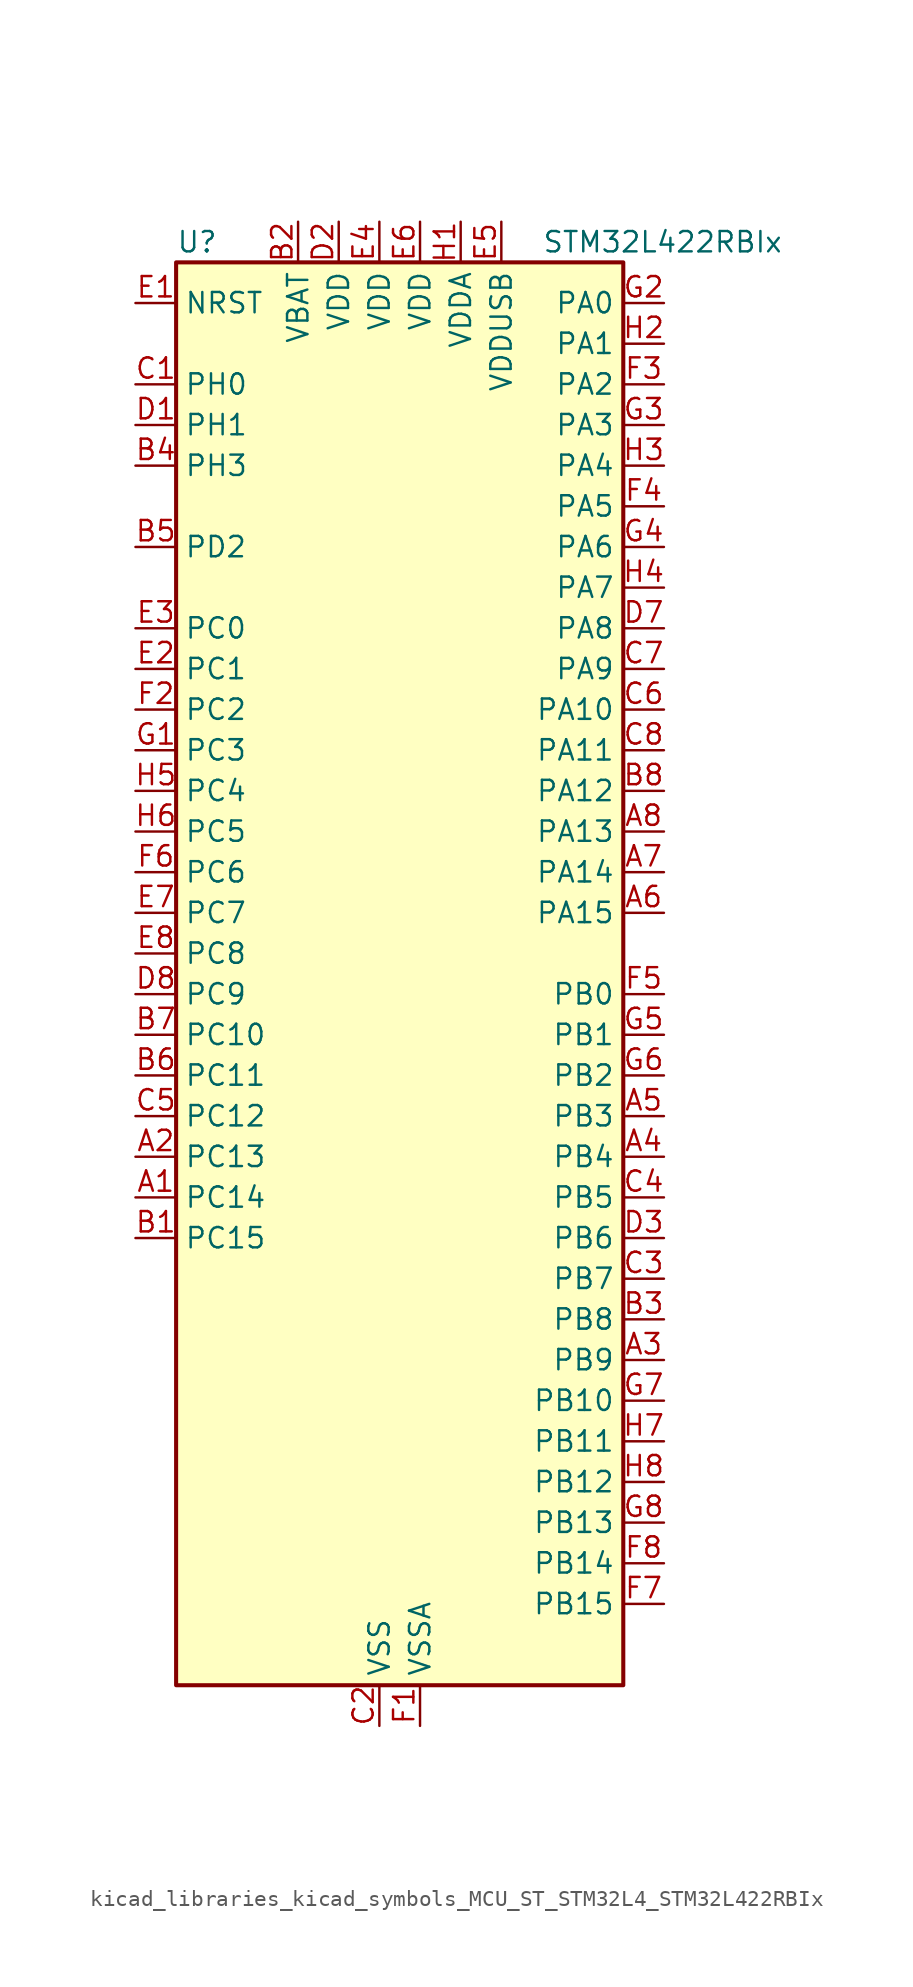
<source format=kicad_sym>
(kicad_symbol_lib
  (version 20220914)
  (generator kicad_symbol_editor)
  (symbol "kicad_libraries_kicad_symbols_MCU_ST_STM32L4_STM32L422RBIx"
    (property "Reference" "U"
      (at -12.7 46.99 0)
      (effects (font (size 1.27 1.27)) (justify left)))
    (property "Value" "STM32L422RBIx"
      (at 10.16 46.99 0)
      (effects (font (size 1.27 1.27)) (justify left)))
    (property "ki_locked" ""
      (at 0 0 0)
      (effects (font (size 1.27 1.27))))
    (symbol "kicad_libraries_kicad_symbols_MCU_ST_STM32L4_STM32L422RBIx_0_1"
      (rectangle (start -12.7 -43.18) (end 15.24 45.72) (stroke (width 0.254) (type default)) (fill (type background))))
    (symbol "kicad_libraries_kicad_symbols_MCU_ST_STM32L4_STM32L422RBIx_1_1"
      (pin bidirectional line (at -15.24 -12.7 0) (length 2.54) (name "PC14" (effects (font (size 1.27 1.27)))) (number "A1" (effects (font (size 1.27 1.27)))) (alternate "RCC_OSC32_IN" bidirectional line))
      (pin bidirectional line (at -15.24 -10.16 0) (length 2.54) (name "PC13" (effects (font (size 1.27 1.27)))) (number "A2" (effects (font (size 1.27 1.27)))) (alternate "RTC_OUT_ALARM" bidirectional line) (alternate "RTC_OUT_CALIB" bidirectional line) (alternate "RTC_TAMP1" bidirectional line) (alternate "RTC_TS" bidirectional line) (alternate "SYS_WKUP2" bidirectional line))
      (pin bidirectional line (at 17.78 -22.86 180) (length 2.54) (name "PB9" (effects (font (size 1.27 1.27)))) (number "A3" (effects (font (size 1.27 1.27)))) (alternate "I2C1_SDA" bidirectional line) (alternate "IR_OUT" bidirectional line) (alternate "SPI2_NSS" bidirectional line))
      (pin bidirectional line (at 17.78 -10.16 180) (length 2.54) (name "PB4" (effects (font (size 1.27 1.27)))) (number "A4" (effects (font (size 1.27 1.27)))) (alternate "I2C3_SDA" bidirectional line) (alternate "SPI1_MISO" bidirectional line) (alternate "SYS_JTRST" bidirectional line) (alternate "TSC_G2_IO1" bidirectional line) (alternate "USART1_CTS" bidirectional line))
      (pin bidirectional line (at 17.78 -7.62 180) (length 2.54) (name "PB3" (effects (font (size 1.27 1.27)))) (number "A5" (effects (font (size 1.27 1.27)))) (alternate "SPI1_SCK" bidirectional line) (alternate "SYS_JTDO-SWO" bidirectional line) (alternate "TIM2_CH2" bidirectional line) (alternate "USART1_DE" bidirectional line) (alternate "USART1_RTS" bidirectional line))
      (pin bidirectional line (at 17.78 5.08 180) (length 2.54) (name "PA15" (effects (font (size 1.27 1.27)))) (number "A6" (effects (font (size 1.27 1.27)))) (alternate "ADC1_EXTI15" bidirectional line) (alternate "ADC2_EXTI15" bidirectional line) (alternate "SPI1_NSS" bidirectional line) (alternate "SYS_JTDI" bidirectional line) (alternate "TIM2_CH1" bidirectional line) (alternate "TIM2_ETR" bidirectional line) (alternate "TSC_G3_IO1" bidirectional line) (alternate "USART2_RX" bidirectional line) (alternate "USART3_DE" bidirectional line) (alternate "USART3_RTS" bidirectional line))
      (pin bidirectional line (at 17.78 7.62 180) (length 2.54) (name "PA14" (effects (font (size 1.27 1.27)))) (number "A7" (effects (font (size 1.27 1.27)))) (alternate "I2C1_SMBA" bidirectional line) (alternate "LPTIM1_OUT" bidirectional line) (alternate "SYS_JTCK-SWCLK" bidirectional line))
      (pin bidirectional line (at 17.78 10.16 180) (length 2.54) (name "PA13" (effects (font (size 1.27 1.27)))) (number "A8" (effects (font (size 1.27 1.27)))) (alternate "IR_OUT" bidirectional line) (alternate "SYS_JTMS-SWDIO" bidirectional line) (alternate "USB_NOE" bidirectional line))
      (pin bidirectional line (at -15.24 -15.24 0) (length 2.54) (name "PC15" (effects (font (size 1.27 1.27)))) (number "B1" (effects (font (size 1.27 1.27)))) (alternate "ADC1_EXTI15" bidirectional line) (alternate "ADC2_EXTI15" bidirectional line) (alternate "RCC_OSC32_OUT" bidirectional line))
      (pin power_in line (at -5.08 48.26 270) (length 2.54) (name "VBAT" (effects (font (size 1.27 1.27)))) (number "B2" (effects (font (size 1.27 1.27)))))
      (pin bidirectional line (at 17.78 -20.32 180) (length 2.54) (name "PB8" (effects (font (size 1.27 1.27)))) (number "B3" (effects (font (size 1.27 1.27)))) (alternate "I2C1_SCL" bidirectional line) (alternate "TIM16_CH1" bidirectional line))
      (pin bidirectional line (at -15.24 33.02 0) (length 2.54) (name "PH3" (effects (font (size 1.27 1.27)))) (number "B4" (effects (font (size 1.27 1.27)))))
      (pin bidirectional line (at -15.24 27.94 0) (length 2.54) (name "PD2" (effects (font (size 1.27 1.27)))) (number "B5" (effects (font (size 1.27 1.27)))) (alternate "SYS_TRACED2" bidirectional line) (alternate "TSC_SYNC" bidirectional line) (alternate "USART3_DE" bidirectional line) (alternate "USART3_RTS" bidirectional line))
      (pin bidirectional line (at -15.24 -5.08 0) (length 2.54) (name "PC11" (effects (font (size 1.27 1.27)))) (number "B6" (effects (font (size 1.27 1.27)))) (alternate "ADC1_EXTI11" bidirectional line) (alternate "ADC2_EXTI11" bidirectional line) (alternate "TSC_G3_IO3" bidirectional line) (alternate "USART3_RX" bidirectional line))
      (pin bidirectional line (at -15.24 -2.54 0) (length 2.54) (name "PC10" (effects (font (size 1.27 1.27)))) (number "B7" (effects (font (size 1.27 1.27)))) (alternate "SYS_TRACED1" bidirectional line) (alternate "TSC_G3_IO2" bidirectional line) (alternate "USART3_TX" bidirectional line))
      (pin bidirectional line (at 17.78 12.7 180) (length 2.54) (name "PA12" (effects (font (size 1.27 1.27)))) (number "B8" (effects (font (size 1.27 1.27)))) (alternate "SPI1_MOSI" bidirectional line) (alternate "TIM1_ETR" bidirectional line) (alternate "USART1_DE" bidirectional line) (alternate "USART1_RTS" bidirectional line) (alternate "USB_DP" bidirectional line))
      (pin bidirectional line (at -15.24 38.1 0) (length 2.54) (name "PH0" (effects (font (size 1.27 1.27)))) (number "C1" (effects (font (size 1.27 1.27)))) (alternate "RCC_OSC_IN" bidirectional line))
      (pin power_in line (at 0 -45.72 90) (length 2.54) (name "VSS" (effects (font (size 1.27 1.27)))) (number "C2" (effects (font (size 1.27 1.27)))))
      (pin bidirectional line (at 17.78 -17.78 180) (length 2.54) (name "PB7" (effects (font (size 1.27 1.27)))) (number "C3" (effects (font (size 1.27 1.27)))) (alternate "I2C1_SDA" bidirectional line) (alternate "LPTIM1_IN2" bidirectional line) (alternate "SYS_PVD_IN" bidirectional line) (alternate "SYS_TRACECLK" bidirectional line) (alternate "TSC_G2_IO4" bidirectional line) (alternate "USART1_RX" bidirectional line))
      (pin bidirectional line (at 17.78 -12.7 180) (length 2.54) (name "PB5" (effects (font (size 1.27 1.27)))) (number "C4" (effects (font (size 1.27 1.27)))) (alternate "I2C1_SMBA" bidirectional line) (alternate "LPTIM1_IN1" bidirectional line) (alternate "SPI1_MOSI" bidirectional line) (alternate "SYS_TRACED2" bidirectional line) (alternate "TIM16_BKIN" bidirectional line) (alternate "TSC_G2_IO2" bidirectional line) (alternate "USART1_CK" bidirectional line))
      (pin bidirectional line (at -15.24 -7.62 0) (length 2.54) (name "PC12" (effects (font (size 1.27 1.27)))) (number "C5" (effects (font (size 1.27 1.27)))) (alternate "SYS_TRACED3" bidirectional line) (alternate "TSC_G3_IO4" bidirectional line) (alternate "USART3_CK" bidirectional line))
      (pin bidirectional line (at 17.78 17.78 180) (length 2.54) (name "PA10" (effects (font (size 1.27 1.27)))) (number "C6" (effects (font (size 1.27 1.27)))) (alternate "CRS_SYNC" bidirectional line) (alternate "I2C1_SDA" bidirectional line) (alternate "TIM1_CH3" bidirectional line) (alternate "USART1_RX" bidirectional line))
      (pin bidirectional line (at 17.78 20.32 180) (length 2.54) (name "PA9" (effects (font (size 1.27 1.27)))) (number "C7" (effects (font (size 1.27 1.27)))) (alternate "I2C1_SCL" bidirectional line) (alternate "TIM15_BKIN" bidirectional line) (alternate "TIM1_CH2" bidirectional line) (alternate "USART1_TX" bidirectional line))
      (pin bidirectional line (at 17.78 15.24 180) (length 2.54) (name "PA11" (effects (font (size 1.27 1.27)))) (number "C8" (effects (font (size 1.27 1.27)))) (alternate "ADC1_EXTI11" bidirectional line) (alternate "ADC2_EXTI11" bidirectional line) (alternate "COMP1_OUT" bidirectional line) (alternate "SPI1_MISO" bidirectional line) (alternate "TIM1_BKIN2" bidirectional line) (alternate "TIM1_BKIN2_COMP1" bidirectional line) (alternate "TIM1_CH4" bidirectional line) (alternate "USART1_CTS" bidirectional line) (alternate "USB_DM" bidirectional line))
      (pin bidirectional line (at -15.24 35.56 0) (length 2.54) (name "PH1" (effects (font (size 1.27 1.27)))) (number "D1" (effects (font (size 1.27 1.27)))) (alternate "RCC_OSC_OUT" bidirectional line))
      (pin power_in line (at -2.54 48.26 270) (length 2.54) (name "VDD" (effects (font (size 1.27 1.27)))) (number "D2" (effects (font (size 1.27 1.27)))))
      (pin bidirectional line (at 17.78 -15.24 180) (length 2.54) (name "PB6" (effects (font (size 1.27 1.27)))) (number "D3" (effects (font (size 1.27 1.27)))) (alternate "I2C1_SCL" bidirectional line) (alternate "LPTIM1_ETR" bidirectional line) (alternate "SYS_TRACED3" bidirectional line) (alternate "TIM16_CH1N" bidirectional line) (alternate "TSC_G2_IO3" bidirectional line) (alternate "USART1_TX" bidirectional line))
      (pin passive line (at 0 -45.72 90) (length 2.54) hide (name "VSS" (effects (font (size 1.27 1.27)))) (number "D4" (effects (font (size 1.27 1.27)))))
      (pin passive line (at 0 -45.72 90) (length 2.54) hide (name "VSS" (effects (font (size 1.27 1.27)))) (number "D5" (effects (font (size 1.27 1.27)))))
      (pin passive line (at 0 -45.72 90) (length 2.54) hide (name "VSS" (effects (font (size 1.27 1.27)))) (number "D6" (effects (font (size 1.27 1.27)))))
      (pin bidirectional line (at 17.78 22.86 180) (length 2.54) (name "PA8" (effects (font (size 1.27 1.27)))) (number "D7" (effects (font (size 1.27 1.27)))) (alternate "LPTIM2_OUT" bidirectional line) (alternate "RCC_MCO" bidirectional line) (alternate "TIM1_CH1" bidirectional line) (alternate "USART1_CK" bidirectional line))
      (pin bidirectional line (at -15.24 0 0) (length 2.54) (name "PC9" (effects (font (size 1.27 1.27)))) (number "D8" (effects (font (size 1.27 1.27)))) (alternate "TSC_G4_IO4" bidirectional line) (alternate "USB_NOE" bidirectional line))
      (pin input line (at -15.24 43.18 0) (length 2.54) (name "NRST" (effects (font (size 1.27 1.27)))) (number "E1" (effects (font (size 1.27 1.27)))))
      (pin bidirectional line (at -15.24 20.32 0) (length 2.54) (name "PC1" (effects (font (size 1.27 1.27)))) (number "E2" (effects (font (size 1.27 1.27)))) (alternate "ADC1_IN2" bidirectional line) (alternate "ADC2_IN2" bidirectional line) (alternate "I2C3_SDA" bidirectional line) (alternate "LPTIM1_OUT" bidirectional line) (alternate "LPUART1_TX" bidirectional line) (alternate "SYS_TRACED0" bidirectional line))
      (pin bidirectional line (at -15.24 22.86 0) (length 2.54) (name "PC0" (effects (font (size 1.27 1.27)))) (number "E3" (effects (font (size 1.27 1.27)))) (alternate "ADC1_IN1" bidirectional line) (alternate "ADC2_IN1" bidirectional line) (alternate "I2C3_SCL" bidirectional line) (alternate "LPTIM1_IN1" bidirectional line) (alternate "LPTIM2_IN1" bidirectional line) (alternate "LPUART1_RX" bidirectional line) (alternate "SYS_TRACECLK" bidirectional line))
      (pin power_in line (at 0 48.26 270) (length 2.54) (name "VDD" (effects (font (size 1.27 1.27)))) (number "E4" (effects (font (size 1.27 1.27)))))
      (pin power_in line (at 7.62 48.26 270) (length 2.54) (name "VDDUSB" (effects (font (size 1.27 1.27)))) (number "E5" (effects (font (size 1.27 1.27)))))
      (pin power_in line (at 2.54 48.26 270) (length 2.54) (name "VDD" (effects (font (size 1.27 1.27)))) (number "E6" (effects (font (size 1.27 1.27)))))
      (pin bidirectional line (at -15.24 5.08 0) (length 2.54) (name "PC7" (effects (font (size 1.27 1.27)))) (number "E7" (effects (font (size 1.27 1.27)))) (alternate "TSC_G4_IO2" bidirectional line))
      (pin bidirectional line (at -15.24 2.54 0) (length 2.54) (name "PC8" (effects (font (size 1.27 1.27)))) (number "E8" (effects (font (size 1.27 1.27)))) (alternate "TSC_G4_IO3" bidirectional line))
      (pin power_in line (at 2.54 -45.72 90) (length 2.54) (name "VSSA" (effects (font (size 1.27 1.27)))) (number "F1" (effects (font (size 1.27 1.27)))))
      (pin bidirectional line (at -15.24 17.78 0) (length 2.54) (name "PC2" (effects (font (size 1.27 1.27)))) (number "F2" (effects (font (size 1.27 1.27)))) (alternate "ADC1_IN3" bidirectional line) (alternate "ADC2_IN3" bidirectional line) (alternate "LPTIM1_IN2" bidirectional line) (alternate "SPI2_MISO" bidirectional line))
      (pin bidirectional line (at 17.78 38.1 180) (length 2.54) (name "PA2" (effects (font (size 1.27 1.27)))) (number "F3" (effects (font (size 1.27 1.27)))) (alternate "ADC1_IN7" bidirectional line) (alternate "ADC2_IN7" bidirectional line) (alternate "LPUART1_TX" bidirectional line) (alternate "QUADSPI_BK1_NCS" bidirectional line) (alternate "RCC_LSCO" bidirectional line) (alternate "SYS_WKUP4" bidirectional line) (alternate "TIM15_CH1" bidirectional line) (alternate "TIM2_CH3" bidirectional line) (alternate "USART2_TX" bidirectional line))
      (pin bidirectional line (at 17.78 30.48 180) (length 2.54) (name "PA5" (effects (font (size 1.27 1.27)))) (number "F4" (effects (font (size 1.27 1.27)))) (alternate "ADC1_IN10" bidirectional line) (alternate "ADC2_IN10" bidirectional line) (alternate "COMP1_INM" bidirectional line) (alternate "LPTIM2_ETR" bidirectional line) (alternate "SPI1_SCK" bidirectional line) (alternate "TIM2_CH1" bidirectional line) (alternate "TIM2_ETR" bidirectional line))
      (pin bidirectional line (at 17.78 0 180) (length 2.54) (name "PB0" (effects (font (size 1.27 1.27)))) (number "F5" (effects (font (size 1.27 1.27)))) (alternate "ADC1_IN15" bidirectional line) (alternate "ADC2_IN15" bidirectional line) (alternate "COMP1_OUT" bidirectional line) (alternate "QUADSPI_BK1_IO1" bidirectional line) (alternate "SPI1_NSS" bidirectional line) (alternate "SYS_TRACED0" bidirectional line) (alternate "TIM1_CH2N" bidirectional line) (alternate "USART3_CK" bidirectional line))
      (pin bidirectional line (at -15.24 7.62 0) (length 2.54) (name "PC6" (effects (font (size 1.27 1.27)))) (number "F6" (effects (font (size 1.27 1.27)))) (alternate "TSC_G4_IO1" bidirectional line))
      (pin bidirectional line (at 17.78 -38.1 180) (length 2.54) (name "PB15" (effects (font (size 1.27 1.27)))) (number "F7" (effects (font (size 1.27 1.27)))) (alternate "ADC1_EXTI15" bidirectional line) (alternate "ADC2_EXTI15" bidirectional line) (alternate "RTC_REFIN" bidirectional line) (alternate "SPI2_MOSI" bidirectional line) (alternate "TIM15_CH2" bidirectional line) (alternate "TIM1_CH3N" bidirectional line) (alternate "TSC_G1_IO4" bidirectional line))
      (pin bidirectional line (at 17.78 -35.56 180) (length 2.54) (name "PB14" (effects (font (size 1.27 1.27)))) (number "F8" (effects (font (size 1.27 1.27)))) (alternate "I2C2_SDA" bidirectional line) (alternate "SPI2_MISO" bidirectional line) (alternate "TIM15_CH1" bidirectional line) (alternate "TIM1_CH2N" bidirectional line) (alternate "TSC_G1_IO3" bidirectional line) (alternate "USART3_DE" bidirectional line) (alternate "USART3_RTS" bidirectional line))
      (pin bidirectional line (at -15.24 15.24 0) (length 2.54) (name "PC3" (effects (font (size 1.27 1.27)))) (number "G1" (effects (font (size 1.27 1.27)))) (alternate "ADC1_IN4" bidirectional line) (alternate "ADC2_IN4" bidirectional line) (alternate "LPTIM1_ETR" bidirectional line) (alternate "LPTIM2_ETR" bidirectional line) (alternate "SPI2_MOSI" bidirectional line))
      (pin bidirectional line (at 17.78 43.18 180) (length 2.54) (name "PA0" (effects (font (size 1.27 1.27)))) (number "G2" (effects (font (size 1.27 1.27)))) (alternate "ADC1_IN5" bidirectional line) (alternate "COMP1_INM" bidirectional line) (alternate "COMP1_OUT" bidirectional line) (alternate "OPAMP1_VINP" bidirectional line) (alternate "RTC_TAMP2" bidirectional line) (alternate "SYS_WKUP1" bidirectional line) (alternate "TIM2_CH1" bidirectional line) (alternate "TIM2_ETR" bidirectional line) (alternate "USART2_CTS" bidirectional line))
      (pin bidirectional line (at 17.78 35.56 180) (length 2.54) (name "PA3" (effects (font (size 1.27 1.27)))) (number "G3" (effects (font (size 1.27 1.27)))) (alternate "ADC1_IN8" bidirectional line) (alternate "ADC2_IN8" bidirectional line) (alternate "LPUART1_RX" bidirectional line) (alternate "OPAMP1_VOUT" bidirectional line) (alternate "QUADSPI_CLK" bidirectional line) (alternate "TIM15_CH2" bidirectional line) (alternate "TIM2_CH4" bidirectional line) (alternate "USART2_RX" bidirectional line))
      (pin bidirectional line (at 17.78 27.94 180) (length 2.54) (name "PA6" (effects (font (size 1.27 1.27)))) (number "G4" (effects (font (size 1.27 1.27)))) (alternate "ADC1_IN11" bidirectional line) (alternate "ADC2_IN11" bidirectional line) (alternate "COMP1_OUT" bidirectional line) (alternate "LPUART1_CTS" bidirectional line) (alternate "QUADSPI_BK1_IO3" bidirectional line) (alternate "SPI1_MISO" bidirectional line) (alternate "TIM16_CH1" bidirectional line) (alternate "TIM1_BKIN" bidirectional line) (alternate "USART3_CTS" bidirectional line))
      (pin bidirectional line (at 17.78 -2.54 180) (length 2.54) (name "PB1" (effects (font (size 1.27 1.27)))) (number "G5" (effects (font (size 1.27 1.27)))) (alternate "ADC1_IN16" bidirectional line) (alternate "ADC2_IN16" bidirectional line) (alternate "COMP1_INM" bidirectional line) (alternate "LPTIM2_IN1" bidirectional line) (alternate "LPUART1_DE" bidirectional line) (alternate "LPUART1_RTS" bidirectional line) (alternate "QUADSPI_BK1_IO0" bidirectional line) (alternate "SYS_TRACED1" bidirectional line) (alternate "TIM1_CH3N" bidirectional line) (alternate "USART3_DE" bidirectional line) (alternate "USART3_RTS" bidirectional line))
      (pin bidirectional line (at 17.78 -5.08 180) (length 2.54) (name "PB2" (effects (font (size 1.27 1.27)))) (number "G6" (effects (font (size 1.27 1.27)))) (alternate "COMP1_INP" bidirectional line) (alternate "I2C3_SMBA" bidirectional line) (alternate "LPTIM1_OUT" bidirectional line) (alternate "RTC_OUT_ALARM" bidirectional line) (alternate "RTC_OUT_CALIB" bidirectional line))
      (pin bidirectional line (at 17.78 -25.4 180) (length 2.54) (name "PB10" (effects (font (size 1.27 1.27)))) (number "G7" (effects (font (size 1.27 1.27)))) (alternate "COMP1_OUT" bidirectional line) (alternate "I2C2_SCL" bidirectional line) (alternate "LPUART1_RX" bidirectional line) (alternate "QUADSPI_CLK" bidirectional line) (alternate "SPI2_SCK" bidirectional line) (alternate "TIM2_CH3" bidirectional line) (alternate "TSC_SYNC" bidirectional line) (alternate "USART3_TX" bidirectional line))
      (pin bidirectional line (at 17.78 -33.02 180) (length 2.54) (name "PB13" (effects (font (size 1.27 1.27)))) (number "G8" (effects (font (size 1.27 1.27)))) (alternate "I2C2_SCL" bidirectional line) (alternate "LPUART1_CTS" bidirectional line) (alternate "SPI2_SCK" bidirectional line) (alternate "TIM15_CH1N" bidirectional line) (alternate "TIM1_CH1N" bidirectional line) (alternate "TSC_G1_IO2" bidirectional line) (alternate "USART3_CTS" bidirectional line))
      (pin power_in line (at 5.08 48.26 270) (length 2.54) (name "VDDA" (effects (font (size 1.27 1.27)))) (number "H1" (effects (font (size 1.27 1.27)))))
      (pin bidirectional line (at 17.78 40.64 180) (length 2.54) (name "PA1" (effects (font (size 1.27 1.27)))) (number "H2" (effects (font (size 1.27 1.27)))) (alternate "ADC1_IN6" bidirectional line) (alternate "COMP1_INP" bidirectional line) (alternate "I2C1_SMBA" bidirectional line) (alternate "OPAMP1_VINM" bidirectional line) (alternate "SPI1_SCK" bidirectional line) (alternate "TIM15_CH1N" bidirectional line) (alternate "TIM2_CH2" bidirectional line) (alternate "USART2_DE" bidirectional line) (alternate "USART2_RTS" bidirectional line))
      (pin bidirectional line (at 17.78 33.02 180) (length 2.54) (name "PA4" (effects (font (size 1.27 1.27)))) (number "H3" (effects (font (size 1.27 1.27)))) (alternate "ADC1_IN9" bidirectional line) (alternate "ADC2_IN9" bidirectional line) (alternate "COMP1_INM" bidirectional line) (alternate "LPTIM2_OUT" bidirectional line) (alternate "SPI1_NSS" bidirectional line) (alternate "USART2_CK" bidirectional line))
      (pin bidirectional line (at 17.78 25.4 180) (length 2.54) (name "PA7" (effects (font (size 1.27 1.27)))) (number "H4" (effects (font (size 1.27 1.27)))) (alternate "ADC1_IN12" bidirectional line) (alternate "ADC2_IN12" bidirectional line) (alternate "I2C3_SCL" bidirectional line) (alternate "QUADSPI_BK1_IO2" bidirectional line) (alternate "SPI1_MOSI" bidirectional line) (alternate "TIM1_CH1N" bidirectional line))
      (pin bidirectional line (at -15.24 12.7 0) (length 2.54) (name "PC4" (effects (font (size 1.27 1.27)))) (number "H5" (effects (font (size 1.27 1.27)))) (alternate "ADC1_IN13" bidirectional line) (alternate "ADC2_IN13" bidirectional line) (alternate "COMP1_INM" bidirectional line) (alternate "USART3_TX" bidirectional line))
      (pin bidirectional line (at -15.24 10.16 0) (length 2.54) (name "PC5" (effects (font (size 1.27 1.27)))) (number "H6" (effects (font (size 1.27 1.27)))) (alternate "ADC1_IN14" bidirectional line) (alternate "ADC2_IN14" bidirectional line) (alternate "COMP1_INP" bidirectional line) (alternate "SYS_WKUP5" bidirectional line) (alternate "USART3_RX" bidirectional line))
      (pin bidirectional line (at 17.78 -27.94 180) (length 2.54) (name "PB11" (effects (font (size 1.27 1.27)))) (number "H7" (effects (font (size 1.27 1.27)))) (alternate "ADC1_EXTI11" bidirectional line) (alternate "ADC2_EXTI11" bidirectional line) (alternate "I2C2_SDA" bidirectional line) (alternate "LPUART1_TX" bidirectional line) (alternate "QUADSPI_BK1_NCS" bidirectional line) (alternate "TIM2_CH4" bidirectional line) (alternate "USART3_RX" bidirectional line))
      (pin bidirectional line (at 17.78 -30.48 180) (length 2.54) (name "PB12" (effects (font (size 1.27 1.27)))) (number "H8" (effects (font (size 1.27 1.27)))) (alternate "I2C2_SMBA" bidirectional line) (alternate "LPUART1_DE" bidirectional line) (alternate "LPUART1_RTS" bidirectional line) (alternate "SPI2_NSS" bidirectional line) (alternate "TIM15_BKIN" bidirectional line) (alternate "TIM1_BKIN" bidirectional line) (alternate "TSC_G1_IO1" bidirectional line) (alternate "USART3_CK" bidirectional line)))))
</source>
